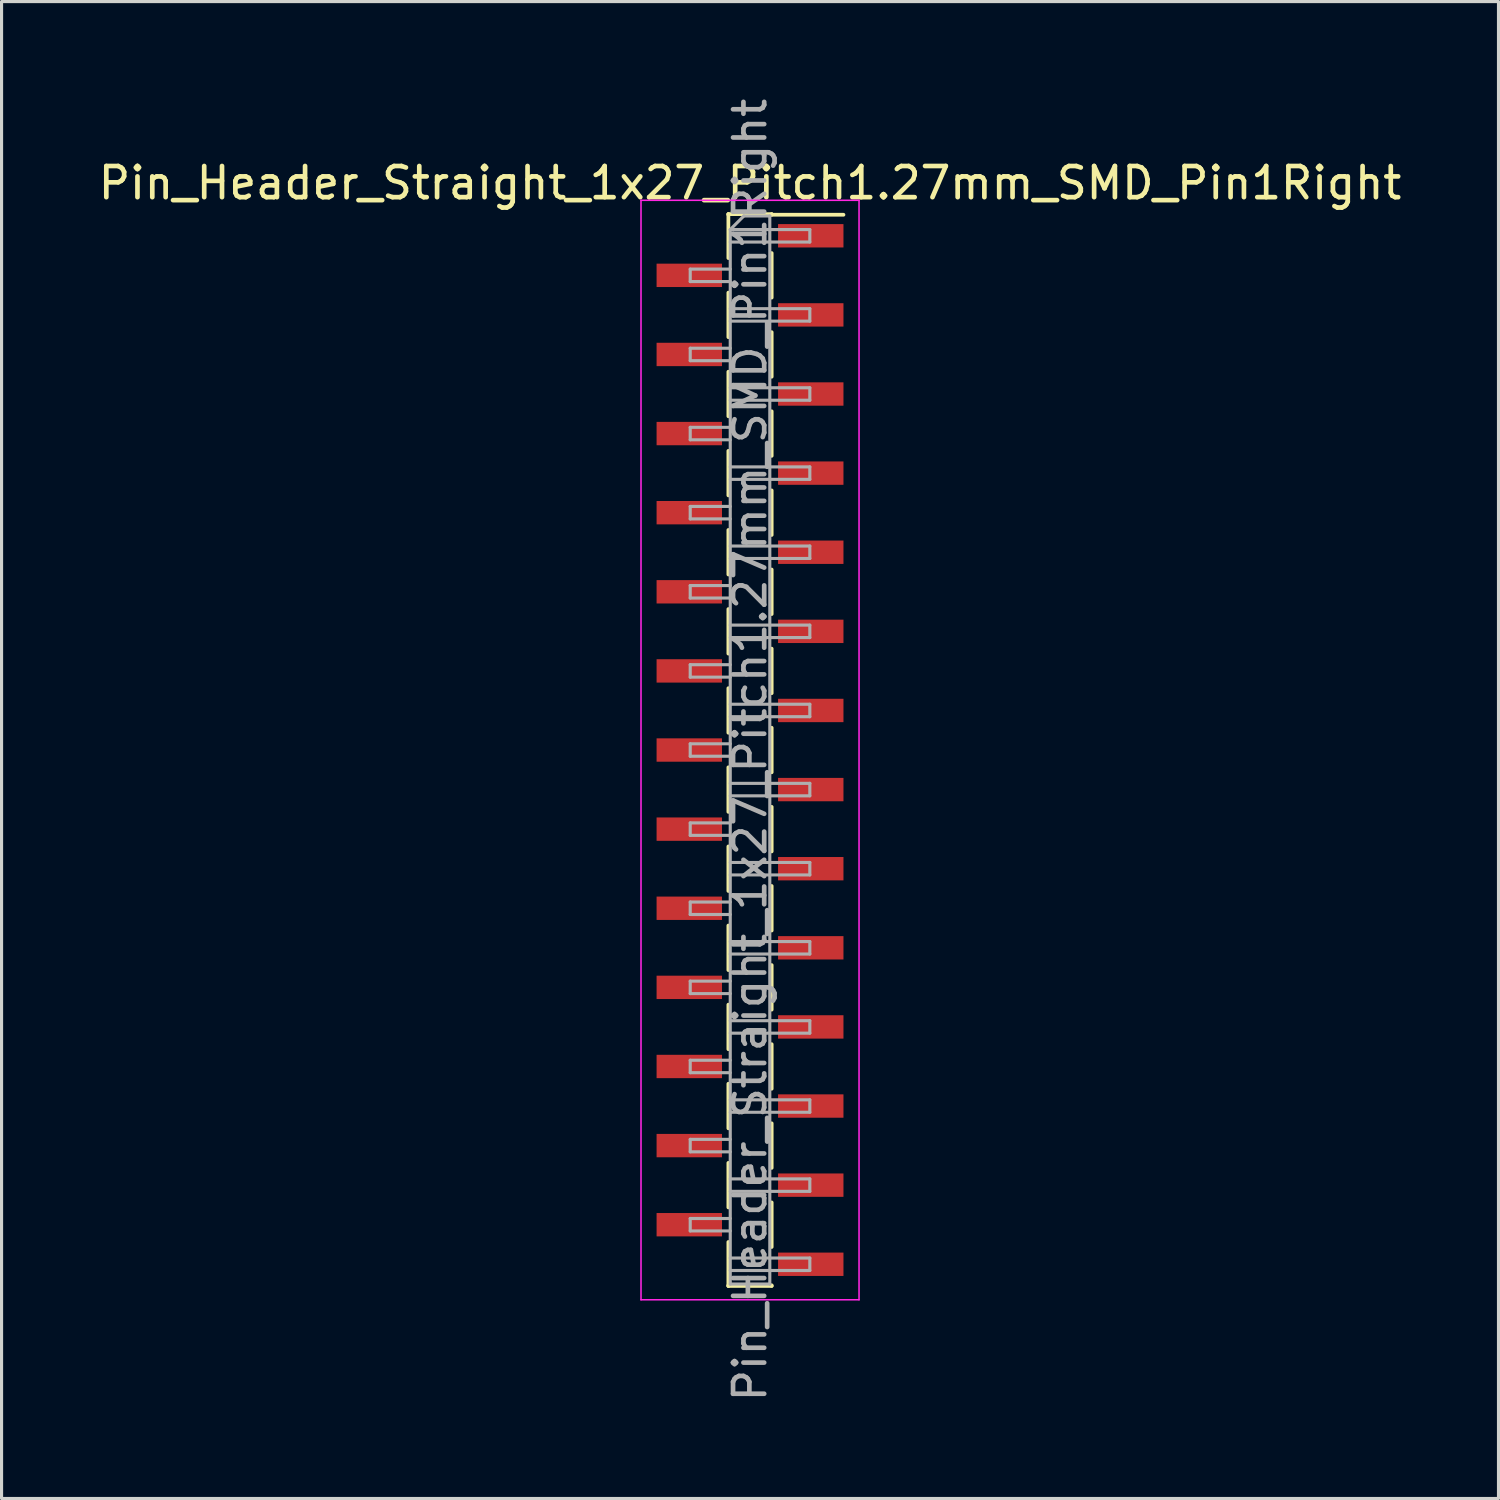
<source format=kicad_pcb>
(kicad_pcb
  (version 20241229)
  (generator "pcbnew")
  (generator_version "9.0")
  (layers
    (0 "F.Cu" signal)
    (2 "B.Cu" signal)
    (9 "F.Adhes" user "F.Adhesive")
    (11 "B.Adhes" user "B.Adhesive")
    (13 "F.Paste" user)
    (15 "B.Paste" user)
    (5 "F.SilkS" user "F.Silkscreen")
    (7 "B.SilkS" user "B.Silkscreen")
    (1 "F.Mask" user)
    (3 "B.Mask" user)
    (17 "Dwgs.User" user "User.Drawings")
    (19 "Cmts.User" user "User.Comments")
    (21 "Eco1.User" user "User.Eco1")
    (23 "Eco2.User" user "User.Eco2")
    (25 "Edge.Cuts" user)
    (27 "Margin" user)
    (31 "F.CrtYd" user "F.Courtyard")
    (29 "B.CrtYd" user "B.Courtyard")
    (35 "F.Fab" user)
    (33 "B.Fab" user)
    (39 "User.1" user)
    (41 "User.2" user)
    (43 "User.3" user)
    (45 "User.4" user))
  (footprint "Pin_Header_Straight_1x27_Pitch1.27mm_SMD_Pin1Right"
    (layer "F.Cu")
    (at 21.03 21.03)
    (property "Reference" "Pin_Header_Straight_1x27_Pitch1.27mm_SMD_Pin1Right" (at 0 -18.205 0) (layer "F.SilkS") (effects (font (size 1 1) (thickness 0.15))))
    (attr smd)
    (fp_line (start -0.695 -17.205) (end -0.695 -15.795) (stroke (width 0.12) (type solid)) (layer "F.SilkS"))
    (fp_line (start -0.695 -17.205) (end 0.695 -17.205) (stroke (width 0.12) (type solid)) (layer "F.SilkS"))
    (fp_line (start -0.695 -17.185) (end -0.695 -17.205) (stroke (width 0.12) (type solid)) (layer "F.SilkS"))
    (fp_line (start -0.695 -14.685) (end -0.695 -13.255) (stroke (width 0.12) (type solid)) (layer "F.SilkS"))
    (fp_line (start -0.695 -12.145) (end -0.695 -10.715) (stroke (width 0.12) (type solid)) (layer "F.SilkS"))
    (fp_line (start -0.695 -9.605) (end -0.695 -8.175) (stroke (width 0.12) (type solid)) (layer "F.SilkS"))
    (fp_line (start -0.695 -7.065) (end -0.695 -5.635) (stroke (width 0.12) (type solid)) (layer "F.SilkS"))
    (fp_line (start -0.695 -4.525) (end -0.695 -3.095) (stroke (width 0.12) (type solid)) (layer "F.SilkS"))
    (fp_line (start -0.695 -1.985) (end -0.695 -0.555) (stroke (width 0.12) (type solid)) (layer "F.SilkS"))
    (fp_line (start -0.695 0.555) (end -0.695 1.985) (stroke (width 0.12) (type solid)) (layer "F.SilkS"))
    (fp_line (start -0.695 3.095) (end -0.695 4.525) (stroke (width 0.12) (type solid)) (layer "F.SilkS"))
    (fp_line (start -0.695 5.635) (end -0.695 7.065) (stroke (width 0.12) (type solid)) (layer "F.SilkS"))
    (fp_line (start -0.695 8.175) (end -0.695 9.605) (stroke (width 0.12) (type solid)) (layer "F.SilkS"))
    (fp_line (start -0.695 10.715) (end -0.695 12.145) (stroke (width 0.12) (type solid)) (layer "F.SilkS"))
    (fp_line (start -0.695 13.255) (end -0.695 14.685) (stroke (width 0.12) (type solid)) (layer "F.SilkS"))
    (fp_line (start -0.695 15.795) (end -0.695 17.205) (stroke (width 0.12) (type solid)) (layer "F.SilkS"))
    (fp_line (start -0.695 17.185) (end -0.695 17.205) (stroke (width 0.12) (type solid)) (layer "F.SilkS"))
    (fp_line (start -0.695 17.205) (end 0.695 17.205) (stroke (width 0.12) (type solid)) (layer "F.SilkS"))
    (fp_line (start 0.695 -17.205) (end 0.695 -17.185) (stroke (width 0.12) (type solid)) (layer "F.SilkS"))
    (fp_line (start 0.695 -17.185) (end 3 -17.185) (stroke (width 0.12) (type solid)) (layer "F.SilkS"))
    (fp_line (start 0.695 -15.955) (end 0.695 -14.525) (stroke (width 0.12) (type solid)) (layer "F.SilkS"))
    (fp_line (start 0.695 -13.415) (end 0.695 -11.985) (stroke (width 0.12) (type solid)) (layer "F.SilkS"))
    (fp_line (start 0.695 -10.875) (end 0.695 -9.445) (stroke (width 0.12) (type solid)) (layer "F.SilkS"))
    (fp_line (start 0.695 -8.335) (end 0.695 -6.905) (stroke (width 0.12) (type solid)) (layer "F.SilkS"))
    (fp_line (start 0.695 -5.795) (end 0.695 -4.365) (stroke (width 0.12) (type solid)) (layer "F.SilkS"))
    (fp_line (start 0.695 -3.255) (end 0.695 -1.825) (stroke (width 0.12) (type solid)) (layer "F.SilkS"))
    (fp_line (start 0.695 -0.715) (end 0.695 0.715) (stroke (width 0.12) (type solid)) (layer "F.SilkS"))
    (fp_line (start 0.695 1.825) (end 0.695 3.255) (stroke (width 0.12) (type solid)) (layer "F.SilkS"))
    (fp_line (start 0.695 4.365) (end 0.695 5.795) (stroke (width 0.12) (type solid)) (layer "F.SilkS"))
    (fp_line (start 0.695 6.905) (end 0.695 8.335) (stroke (width 0.12) (type solid)) (layer "F.SilkS"))
    (fp_line (start 0.695 9.445) (end 0.695 10.875) (stroke (width 0.12) (type solid)) (layer "F.SilkS"))
    (fp_line (start 0.695 11.985) (end 0.695 13.415) (stroke (width 0.12) (type solid)) (layer "F.SilkS"))
    (fp_line (start 0.695 14.525) (end 0.695 15.955) (stroke (width 0.12) (type solid)) (layer "F.SilkS"))
    (fp_line (start 0.695 17.205) (end 0.695 17.185) (stroke (width 0.12) (type solid)) (layer "F.SilkS"))
    (fp_line (start -3.5 -17.65) (end -3.5 17.65) (stroke (width 0.05) (type solid)) (layer "F.CrtYd"))
    (fp_line (start -3.5 17.65) (end 3.5 17.65) (stroke (width 0.05) (type solid)) (layer "F.CrtYd"))
    (fp_line (start 3.5 -17.65) (end -3.5 -17.65) (stroke (width 0.05) (type solid)) (layer "F.CrtYd"))
    (fp_line (start 3.5 17.65) (end 3.5 -17.65) (stroke (width 0.05) (type solid)) (layer "F.CrtYd"))
    (fp_line (start -1.92 -15.44) (end -1.92 -15.04) (stroke (width 0.1) (type solid)) (layer "F.Fab"))
    (fp_line (start -1.92 -15.04) (end -0.635 -15.04) (stroke (width 0.1) (type solid)) (layer "F.Fab"))
    (fp_line (start -1.92 -12.9) (end -1.92 -12.5) (stroke (width 0.1) (type solid)) (layer "F.Fab"))
    (fp_line (start -1.92 -12.5) (end -0.635 -12.5) (stroke (width 0.1) (type solid)) (layer "F.Fab"))
    (fp_line (start -1.92 -10.36) (end -1.92 -9.96) (stroke (width 0.1) (type solid)) (layer "F.Fab"))
    (fp_line (start -1.92 -9.96) (end -0.635 -9.96) (stroke (width 0.1) (type solid)) (layer "F.Fab"))
    (fp_line (start -1.92 -7.82) (end -1.92 -7.42) (stroke (width 0.1) (type solid)) (layer "F.Fab"))
    (fp_line (start -1.92 -7.42) (end -0.635 -7.42) (stroke (width 0.1) (type solid)) (layer "F.Fab"))
    (fp_line (start -1.92 -5.28) (end -1.92 -4.88) (stroke (width 0.1) (type solid)) (layer "F.Fab"))
    (fp_line (start -1.92 -4.88) (end -0.635 -4.88) (stroke (width 0.1) (type solid)) (layer "F.Fab"))
    (fp_line (start -1.92 -2.74) (end -1.92 -2.34) (stroke (width 0.1) (type solid)) (layer "F.Fab"))
    (fp_line (start -1.92 -2.34) (end -0.635 -2.34) (stroke (width 0.1) (type solid)) (layer "F.Fab"))
    (fp_line (start -1.92 -0.2) (end -1.92 0.2) (stroke (width 0.1) (type solid)) (layer "F.Fab"))
    (fp_line (start -1.92 0.2) (end -0.635 0.2) (stroke (width 0.1) (type solid)) (layer "F.Fab"))
    (fp_line (start -1.92 2.34) (end -1.92 2.74) (stroke (width 0.1) (type solid)) (layer "F.Fab"))
    (fp_line (start -1.92 2.74) (end -0.635 2.74) (stroke (width 0.1) (type solid)) (layer "F.Fab"))
    (fp_line (start -1.92 4.88) (end -1.92 5.28) (stroke (width 0.1) (type solid)) (layer "F.Fab"))
    (fp_line (start -1.92 5.28) (end -0.635 5.28) (stroke (width 0.1) (type solid)) (layer "F.Fab"))
    (fp_line (start -1.92 7.42) (end -1.92 7.82) (stroke (width 0.1) (type solid)) (layer "F.Fab"))
    (fp_line (start -1.92 7.82) (end -0.635 7.82) (stroke (width 0.1) (type solid)) (layer "F.Fab"))
    (fp_line (start -1.92 9.96) (end -1.92 10.36) (stroke (width 0.1) (type solid)) (layer "F.Fab"))
    (fp_line (start -1.92 10.36) (end -0.635 10.36) (stroke (width 0.1) (type solid)) (layer "F.Fab"))
    (fp_line (start -1.92 12.5) (end -1.92 12.9) (stroke (width 0.1) (type solid)) (layer "F.Fab"))
    (fp_line (start -1.92 12.9) (end -0.635 12.9) (stroke (width 0.1) (type solid)) (layer "F.Fab"))
    (fp_line (start -1.92 15.04) (end -1.92 15.44) (stroke (width 0.1) (type solid)) (layer "F.Fab"))
    (fp_line (start -1.92 15.44) (end -0.635 15.44) (stroke (width 0.1) (type solid)) (layer "F.Fab"))
    (fp_line (start -0.635 -16.71) (end -0.2 -17.145) (stroke (width 0.1) (type solid)) (layer "F.Fab"))
    (fp_line (start -0.635 -16.71) (end 1.92 -16.71) (stroke (width 0.1) (type solid)) (layer "F.Fab"))
    (fp_line (start -0.635 -15.44) (end -1.92 -15.44) (stroke (width 0.1) (type solid)) (layer "F.Fab"))
    (fp_line (start -0.635 -14.17) (end 1.92 -14.17) (stroke (width 0.1) (type solid)) (layer "F.Fab"))
    (fp_line (start -0.635 -12.9) (end -1.92 -12.9) (stroke (width 0.1) (type solid)) (layer "F.Fab"))
    (fp_line (start -0.635 -11.63) (end 1.92 -11.63) (stroke (width 0.1) (type solid)) (layer "F.Fab"))
    (fp_line (start -0.635 -10.36) (end -1.92 -10.36) (stroke (width 0.1) (type solid)) (layer "F.Fab"))
    (fp_line (start -0.635 -9.09) (end 1.92 -9.09) (stroke (width 0.1) (type solid)) (layer "F.Fab"))
    (fp_line (start -0.635 -7.82) (end -1.92 -7.82) (stroke (width 0.1) (type solid)) (layer "F.Fab"))
    (fp_line (start -0.635 -6.55) (end 1.92 -6.55) (stroke (width 0.1) (type solid)) (layer "F.Fab"))
    (fp_line (start -0.635 -5.28) (end -1.92 -5.28) (stroke (width 0.1) (type solid)) (layer "F.Fab"))
    (fp_line (start -0.635 -4.01) (end 1.92 -4.01) (stroke (width 0.1) (type solid)) (layer "F.Fab"))
    (fp_line (start -0.635 -2.74) (end -1.92 -2.74) (stroke (width 0.1) (type solid)) (layer "F.Fab"))
    (fp_line (start -0.635 -1.47) (end 1.92 -1.47) (stroke (width 0.1) (type solid)) (layer "F.Fab"))
    (fp_line (start -0.635 -0.2) (end -1.92 -0.2) (stroke (width 0.1) (type solid)) (layer "F.Fab"))
    (fp_line (start -0.635 1.07) (end 1.92 1.07) (stroke (width 0.1) (type solid)) (layer "F.Fab"))
    (fp_line (start -0.635 2.34) (end -1.92 2.34) (stroke (width 0.1) (type solid)) (layer "F.Fab"))
    (fp_line (start -0.635 3.61) (end 1.92 3.61) (stroke (width 0.1) (type solid)) (layer "F.Fab"))
    (fp_line (start -0.635 4.88) (end -1.92 4.88) (stroke (width 0.1) (type solid)) (layer "F.Fab"))
    (fp_line (start -0.635 6.15) (end 1.92 6.15) (stroke (width 0.1) (type solid)) (layer "F.Fab"))
    (fp_line (start -0.635 7.42) (end -1.92 7.42) (stroke (width 0.1) (type solid)) (layer "F.Fab"))
    (fp_line (start -0.635 8.69) (end 1.92 8.69) (stroke (width 0.1) (type solid)) (layer "F.Fab"))
    (fp_line (start -0.635 9.96) (end -1.92 9.96) (stroke (width 0.1) (type solid)) (layer "F.Fab"))
    (fp_line (start -0.635 11.23) (end 1.92 11.23) (stroke (width 0.1) (type solid)) (layer "F.Fab"))
    (fp_line (start -0.635 12.5) (end -1.92 12.5) (stroke (width 0.1) (type solid)) (layer "F.Fab"))
    (fp_line (start -0.635 13.77) (end 1.92 13.77) (stroke (width 0.1) (type solid)) (layer "F.Fab"))
    (fp_line (start -0.635 15.04) (end -1.92 15.04) (stroke (width 0.1) (type solid)) (layer "F.Fab"))
    (fp_line (start -0.635 16.31) (end 1.92 16.31) (stroke (width 0.1) (type solid)) (layer "F.Fab"))
    (fp_line (start -0.635 17.145) (end -0.635 -16.71) (stroke (width 0.1) (type solid)) (layer "F.Fab"))
    (fp_line (start -0.2 -17.145) (end 0.635 -17.145) (stroke (width 0.1) (type solid)) (layer "F.Fab"))
    (fp_line (start 0.635 -17.145) (end 0.635 17.145) (stroke (width 0.1) (type solid)) (layer "F.Fab"))
    (fp_line (start 0.635 17.145) (end -0.635 17.145) (stroke (width 0.1) (type solid)) (layer "F.Fab"))
    (fp_line (start 1.92 -16.71) (end 1.92 -16.31) (stroke (width 0.1) (type solid)) (layer "F.Fab"))
    (fp_line (start 1.92 -16.31) (end -0.635 -16.31) (stroke (width 0.1) (type solid)) (layer "F.Fab"))
    (fp_line (start 1.92 -14.17) (end 1.92 -13.77) (stroke (width 0.1) (type solid)) (layer "F.Fab"))
    (fp_line (start 1.92 -13.77) (end -0.635 -13.77) (stroke (width 0.1) (type solid)) (layer "F.Fab"))
    (fp_line (start 1.92 -11.63) (end 1.92 -11.23) (stroke (width 0.1) (type solid)) (layer "F.Fab"))
    (fp_line (start 1.92 -11.23) (end -0.635 -11.23) (stroke (width 0.1) (type solid)) (layer "F.Fab"))
    (fp_line (start 1.92 -9.09) (end 1.92 -8.69) (stroke (width 0.1) (type solid)) (layer "F.Fab"))
    (fp_line (start 1.92 -8.69) (end -0.635 -8.69) (stroke (width 0.1) (type solid)) (layer "F.Fab"))
    (fp_line (start 1.92 -6.55) (end 1.92 -6.15) (stroke (width 0.1) (type solid)) (layer "F.Fab"))
    (fp_line (start 1.92 -6.15) (end -0.635 -6.15) (stroke (width 0.1) (type solid)) (layer "F.Fab"))
    (fp_line (start 1.92 -4.01) (end 1.92 -3.61) (stroke (width 0.1) (type solid)) (layer "F.Fab"))
    (fp_line (start 1.92 -3.61) (end -0.635 -3.61) (stroke (width 0.1) (type solid)) (layer "F.Fab"))
    (fp_line (start 1.92 -1.47) (end 1.92 -1.07) (stroke (width 0.1) (type solid)) (layer "F.Fab"))
    (fp_line (start 1.92 -1.07) (end -0.635 -1.07) (stroke (width 0.1) (type solid)) (layer "F.Fab"))
    (fp_line (start 1.92 1.07) (end 1.92 1.47) (stroke (width 0.1) (type solid)) (layer "F.Fab"))
    (fp_line (start 1.92 1.47) (end -0.635 1.47) (stroke (width 0.1) (type solid)) (layer "F.Fab"))
    (fp_line (start 1.92 3.61) (end 1.92 4.01) (stroke (width 0.1) (type solid)) (layer "F.Fab"))
    (fp_line (start 1.92 4.01) (end -0.635 4.01) (stroke (width 0.1) (type solid)) (layer "F.Fab"))
    (fp_line (start 1.92 6.15) (end 1.92 6.55) (stroke (width 0.1) (type solid)) (layer "F.Fab"))
    (fp_line (start 1.92 6.55) (end -0.635 6.55) (stroke (width 0.1) (type solid)) (layer "F.Fab"))
    (fp_line (start 1.92 8.69) (end 1.92 9.09) (stroke (width 0.1) (type solid)) (layer "F.Fab"))
    (fp_line (start 1.92 9.09) (end -0.635 9.09) (stroke (width 0.1) (type solid)) (layer "F.Fab"))
    (fp_line (start 1.92 11.23) (end 1.92 11.63) (stroke (width 0.1) (type solid)) (layer "F.Fab"))
    (fp_line (start 1.92 11.63) (end -0.635 11.63) (stroke (width 0.1) (type solid)) (layer "F.Fab"))
    (fp_line (start 1.92 13.77) (end 1.92 14.17) (stroke (width 0.1) (type solid)) (layer "F.Fab"))
    (fp_line (start 1.92 14.17) (end -0.635 14.17) (stroke (width 0.1) (type solid)) (layer "F.Fab"))
    (fp_line (start 1.92 16.31) (end 1.92 16.71) (stroke (width 0.1) (type solid)) (layer "F.Fab"))
    (fp_line (start 1.92 16.71) (end -0.635 16.71) (stroke (width 0.1) (type solid)) (layer "F.Fab"))
    (fp_text user "${REFERENCE}" (at 0 0 90) (layer "F.Fab") (effects (font (size 1 1) (thickness 0.15))))
    (pad "1" smd rect (at 1.95 -16.51) (size 2.1 0.75) (layers "F.Cu" "F.Mask"))
    (pad "2" smd rect (at -1.95 -15.24) (size 2.1 0.75) (layers "F.Cu" "F.Mask"))
    (pad "3" smd rect (at 1.95 -13.97) (size 2.1 0.75) (layers "F.Cu" "F.Mask"))
    (pad "4" smd rect (at -1.95 -12.7) (size 2.1 0.75) (layers "F.Cu" "F.Mask"))
    (pad "5" smd rect (at 1.95 -11.43) (size 2.1 0.75) (layers "F.Cu" "F.Mask"))
    (pad "6" smd rect (at -1.95 -10.16) (size 2.1 0.75) (layers "F.Cu" "F.Mask"))
    (pad "7" smd rect (at 1.95 -8.89) (size 2.1 0.75) (layers "F.Cu" "F.Mask"))
    (pad "8" smd rect (at -1.95 -7.62) (size 2.1 0.75) (layers "F.Cu" "F.Mask"))
    (pad "9" smd rect (at 1.95 -6.35) (size 2.1 0.75) (layers "F.Cu" "F.Mask"))
    (pad "10" smd rect (at -1.95 -5.08) (size 2.1 0.75) (layers "F.Cu" "F.Mask"))
    (pad "11" smd rect (at 1.95 -3.81) (size 2.1 0.75) (layers "F.Cu" "F.Mask"))
    (pad "12" smd rect (at -1.95 -2.54) (size 2.1 0.75) (layers "F.Cu" "F.Mask"))
    (pad "13" smd rect (at 1.95 -1.27) (size 2.1 0.75) (layers "F.Cu" "F.Mask"))
    (pad "14" smd rect (at -1.95 0) (size 2.1 0.75) (layers "F.Cu" "F.Mask"))
    (pad "15" smd rect (at 1.95 1.27) (size 2.1 0.75) (layers "F.Cu" "F.Mask"))
    (pad "16" smd rect (at -1.95 2.54) (size 2.1 0.75) (layers "F.Cu" "F.Mask"))
    (pad "17" smd rect (at 1.95 3.81) (size 2.1 0.75) (layers "F.Cu" "F.Mask"))
    (pad "18" smd rect (at -1.95 5.08) (size 2.1 0.75) (layers "F.Cu" "F.Mask"))
    (pad "19" smd rect (at 1.95 6.35) (size 2.1 0.75) (layers "F.Cu" "F.Mask"))
    (pad "20" smd rect (at -1.95 7.62) (size 2.1 0.75) (layers "F.Cu" "F.Mask"))
    (pad "21" smd rect (at 1.95 8.89) (size 2.1 0.75) (layers "F.Cu" "F.Mask"))
    (pad "22" smd rect (at -1.95 10.16) (size 2.1 0.75) (layers "F.Cu" "F.Mask"))
    (pad "23" smd rect (at 1.95 11.43) (size 2.1 0.75) (layers "F.Cu" "F.Mask"))
    (pad "24" smd rect (at -1.95 12.7) (size 2.1 0.75) (layers "F.Cu" "F.Mask"))
    (pad "25" smd rect (at 1.95 13.97) (size 2.1 0.75) (layers "F.Cu" "F.Mask"))
    (pad "26" smd rect (at -1.95 15.24) (size 2.1 0.75) (layers "F.Cu" "F.Mask"))
    (pad "27" smd rect (at 1.95 16.51) (size 2.1 0.75) (layers "F.Cu" "F.Mask")))
  (gr_rect
    (start -3 -3)
    (end 45.06 45.06)
    (stroke (width 0.1) (type default))
    (fill no)
    (layer "Edge.Cuts")))
</source>
